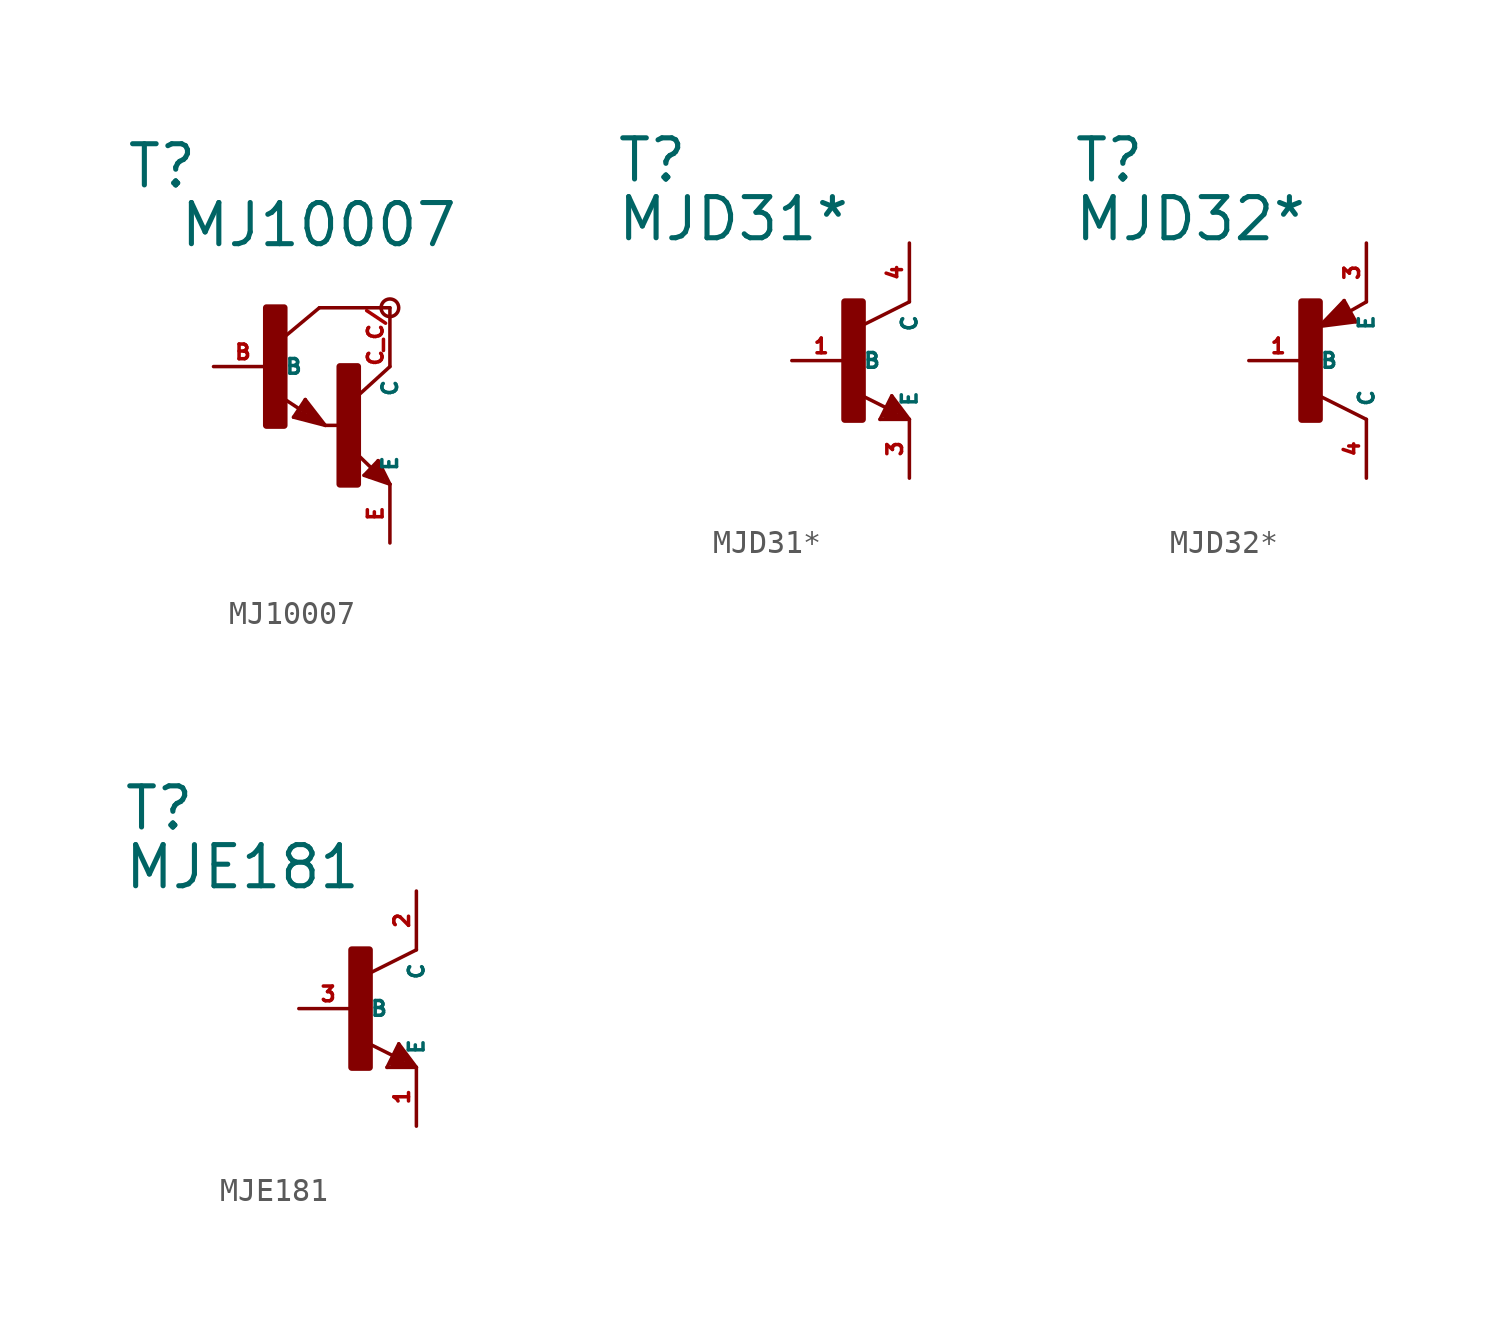
<source format=kicad_sym>
(kicad_symbol_lib
  (version 20220914)
  (generator Eagle2Kicad)
  (symbol "MJ10007"
    (property "Reference" "T"
      (at -6.35 7.62 0)
      (effects (font (size 1.778 1.778) (thickness 0.22)) (justify left bottom)))
    (property "Value" "MJ10007"
      (at -4.064 5.08 0)
      (effects (font (size 1.778 1.778) (thickness 0.22)) (justify left bottom)))
    (polyline
      (pts (xy 5.08 2.54) (xy 2.032 2.54))
      (stroke (width 0.152) (type default))
      (fill (type none)))
    (polyline
      (pts (xy 1.424 -1.424) (xy 2.286 -2.54))
      (stroke (width 0.152) (type default))
      (fill (type none)))
    (polyline
      (pts (xy 2.921 -2.54) (xy 2.286 -2.54))
      (stroke (width 0.152) (type default))
      (fill (type none)))
    (polyline
      (pts (xy 0.916 -2.186) (xy 1.424 -1.424))
      (stroke (width 0.152) (type default))
      (fill (type none)))
    (polyline
      (pts (xy 2.286 -2.54) (xy 0.916 -2.186))
      (stroke (width 0.152) (type default))
      (fill (type none)))
    (polyline
      (pts (xy 2.032 2.54) (xy 0.508 1.27))
      (stroke (width 0.152) (type default))
      (fill (type none)))
    (polyline
      (pts (xy 5.08 0) (xy 3.683 -1.27))
      (stroke (width 0.152) (type default))
      (fill (type none)))
    (polyline
      (pts (xy 5.08 -5.08) (xy 3.964 -4.699))
      (stroke (width 0.152) (type default))
      (fill (type none)))
    (polyline
      (pts (xy 4.572 -4.064) (xy 5.08 -5.08))
      (stroke (width 0.152) (type default))
      (fill (type none)))
    (polyline
      (pts (xy 3.964 -4.699) (xy 4.572 -4.064))
      (stroke (width 0.152) (type default))
      (fill (type none)))
    (polyline
      (pts (xy 1.186 -1.84) (xy 0.208 -1.197))
      (stroke (width 0.152) (type default))
      (fill (type none)))
    (polyline
      (pts (xy 4.28 -4.38) (xy 3.483 -3.61))
      (stroke (width 0.152) (type default))
      (fill (type none)))
    (polyline
      (pts (xy 2.159 -2.413) (xy 1.397 -1.524))
      (stroke (width 0.127) (type default))
      (fill (type none)))
    (polyline
      (pts (xy 1.397 -1.524) (xy 1.016 -2.159))
      (stroke (width 0.127) (type default))
      (fill (type none)))
    (polyline
      (pts (xy 1.016 -2.159) (xy 2.032 -2.413))
      (stroke (width 0.127) (type default))
      (fill (type none)))
    (polyline
      (pts (xy 2.032 -2.413) (xy 1.397 -1.651))
      (stroke (width 0.127) (type default))
      (fill (type none)))
    (polyline
      (pts (xy 1.397 -1.651) (xy 1.143 -2.032))
      (stroke (width 0.127) (type default))
      (fill (type none)))
    (polyline
      (pts (xy 1.143 -2.032) (xy 1.905 -2.286))
      (stroke (width 0.254) (type default))
      (fill (type none)))
    (polyline
      (pts (xy 1.905 -2.286) (xy 1.397 -1.778))
      (stroke (width 0.254) (type default))
      (fill (type none)))
    (polyline
      (pts (xy 1.397 -1.778) (xy 1.397 -1.905))
      (stroke (width 0.254) (type default))
      (fill (type none)))
    (polyline
      (pts (xy 4.953 -4.953) (xy 4.572 -4.191))
      (stroke (width 0.127) (type default))
      (fill (type none)))
    (polyline
      (pts (xy 4.572 -4.191) (xy 4.064 -4.699))
      (stroke (width 0.127) (type default))
      (fill (type none)))
    (polyline
      (pts (xy 4.064 -4.699) (xy 4.826 -4.953))
      (stroke (width 0.127) (type default))
      (fill (type none)))
    (polyline
      (pts (xy 4.826 -4.953) (xy 4.572 -4.318))
      (stroke (width 0.127) (type default))
      (fill (type none)))
    (polyline
      (pts (xy 4.572 -4.318) (xy 4.191 -4.699))
      (stroke (width 0.254) (type default))
      (fill (type none)))
    (polyline
      (pts (xy 4.191 -4.699) (xy 4.699 -4.826))
      (stroke (width 0.254) (type default))
      (fill (type none)))
    (polyline
      (pts (xy 4.699 -4.826) (xy 4.572 -4.572))
      (stroke (width 0.254) (type default))
      (fill (type none)))
    (polyline
      (pts (xy 4.572 -4.572) (xy 4.445 -4.572))
      (stroke (width 0.254) (type default))
      (fill (type none)))
    (circle
      (center 5.08 2.54)
      (radius 0.381)
      (stroke (width 0) (type default))
      (fill (type none)))
    (rectangle
      (start -0.254 -2.54)
      (end 0.508 2.54)
      (stroke (width 0.3) (type default))
      (fill (type outline)))
    (rectangle
      (start 2.921 -5.08)
      (end 3.683 0)
      (stroke (width 0.3) (type default))
      (fill (type outline)))
    (pin passive line
      (at -2.54 0 0)
      (length 2.54)
      (name "B" (effects (font (size 0.635 0.635) (thickness 0.08)) (justify left bottom)))
      (number "B" (effects (font (size 0.635 0.635) (thickness 0.08)) (justify left bottom))))
    (pin passive line
      (at 5.08 -7.62 90)
      (length 2.54)
      (name "E" (effects (font (size 0.635 0.635) (thickness 0.08)) (justify left bottom)))
      (number "E" (effects (font (size 0.635 0.635) (thickness 0.08)) (justify left bottom))))
    (pin passive line
      (at 5.08 2.54 270)
      (length 2.54)
      (name "C" (effects (font (size 0.635 0.635) (thickness 0.08)) (justify left bottom)))
      (number "C C/" (effects (font (size 0.635 0.635) (thickness 0.08)) (justify left bottom)))))
  (symbol "MJD31*"
    (property "Reference" "T"
      (at -10.16 7.62 0)
      (effects (font (size 1.778 1.778) (thickness 0.22)) (justify left bottom)))
    (property "Value" "MJD31*"
      (at -10.16 5.08 0)
      (effects (font (size 1.778 1.778) (thickness 0.22)) (justify left bottom)))
    (polyline
      (pts (xy 2.54 2.54) (xy 0.508 1.524))
      (stroke (width 0.152) (type default))
      (fill (type none)))
    (polyline
      (pts (xy 1.778 -1.524) (xy 2.54 -2.54))
      (stroke (width 0.152) (type default))
      (fill (type none)))
    (polyline
      (pts (xy 2.54 -2.54) (xy 1.27 -2.54))
      (stroke (width 0.152) (type default))
      (fill (type none)))
    (polyline
      (pts (xy 1.27 -2.54) (xy 1.778 -1.524))
      (stroke (width 0.152) (type default))
      (fill (type none)))
    (polyline
      (pts (xy 1.54 -2.04) (xy 0.308 -1.424))
      (stroke (width 0.152) (type default))
      (fill (type none)))
    (polyline
      (pts (xy 1.524 -2.413) (xy 2.286 -2.413))
      (stroke (width 0.254) (type default))
      (fill (type none)))
    (polyline
      (pts (xy 2.286 -2.413) (xy 1.778 -1.778))
      (stroke (width 0.254) (type default))
      (fill (type none)))
    (polyline
      (pts (xy 1.778 -1.778) (xy 1.524 -2.286))
      (stroke (width 0.254) (type default))
      (fill (type none)))
    (polyline
      (pts (xy 1.524 -2.286) (xy 1.905 -2.286))
      (stroke (width 0.254) (type default))
      (fill (type none)))
    (polyline
      (pts (xy 1.905 -2.286) (xy 1.778 -2.032))
      (stroke (width 0.254) (type default))
      (fill (type none)))
    (rectangle
      (start -0.254 -2.54)
      (end 0.508 2.54)
      (stroke (width 0.3) (type default))
      (fill (type outline)))
    (pin passive line
      (at -2.54 0 0)
      (length 2.54)
      (name "B" (effects (font (size 0.635 0.635) (thickness 0.08)) (justify left bottom)))
      (number "1" (effects (font (size 0.635 0.635) (thickness 0.08)) (justify left bottom))))
    (pin passive line
      (at 2.54 -5.08 90)
      (length 2.54)
      (name "E" (effects (font (size 0.635 0.635) (thickness 0.08)) (justify left bottom)))
      (number "3" (effects (font (size 0.635 0.635) (thickness 0.08)) (justify left bottom))))
    (pin passive line
      (at 2.54 5.08 270)
      (length 2.54)
      (name "C" (effects (font (size 0.635 0.635) (thickness 0.08)) (justify left bottom)))
      (number "4" (effects (font (size 0.635 0.635) (thickness 0.08)) (justify left bottom)))))
  (symbol "MJD32*"
    (property "Reference" "T"
      (at -10.16 7.62 0)
      (effects (font (size 1.778 1.778) (thickness 0.22)) (justify left bottom)))
    (property "Value" "MJD32*"
      (at -10.16 5.08 0)
      (effects (font (size 1.778 1.778) (thickness 0.22)) (justify left bottom)))
    (polyline
      (pts (xy 2.086 1.678) (xy 1.578 2.594))
      (stroke (width 0.152) (type default))
      (fill (type none)))
    (polyline
      (pts (xy 1.578 2.594) (xy 0.516 1.478))
      (stroke (width 0.152) (type default))
      (fill (type none)))
    (polyline
      (pts (xy 0.516 1.478) (xy 2.086 1.678))
      (stroke (width 0.152) (type default))
      (fill (type none)))
    (polyline
      (pts (xy 2.54 2.54) (xy 1.808 2.124))
      (stroke (width 0.152) (type default))
      (fill (type none)))
    (polyline
      (pts (xy 2.54 -2.54) (xy 0.508 -1.524))
      (stroke (width 0.152) (type default))
      (fill (type none)))
    (polyline
      (pts (xy 1.905 1.778) (xy 1.524 2.413))
      (stroke (width 0.254) (type default))
      (fill (type none)))
    (polyline
      (pts (xy 1.524 2.413) (xy 0.762 1.651))
      (stroke (width 0.254) (type default))
      (fill (type none)))
    (polyline
      (pts (xy 0.762 1.651) (xy 1.778 1.778))
      (stroke (width 0.254) (type default))
      (fill (type none)))
    (polyline
      (pts (xy 1.778 1.778) (xy 1.524 2.159))
      (stroke (width 0.254) (type default))
      (fill (type none)))
    (polyline
      (pts (xy 1.524 2.159) (xy 1.143 1.905))
      (stroke (width 0.254) (type default))
      (fill (type none)))
    (polyline
      (pts (xy 1.143 1.905) (xy 1.524 1.905))
      (stroke (width 0.254) (type default))
      (fill (type none)))
    (rectangle
      (start -0.254 -2.54)
      (end 0.508 2.54)
      (stroke (width 0.3) (type default))
      (fill (type outline)))
    (pin passive line
      (at -2.54 0 0)
      (length 2.54)
      (name "B" (effects (font (size 0.635 0.635) (thickness 0.08)) (justify left bottom)))
      (number "1" (effects (font (size 0.635 0.635) (thickness 0.08)) (justify left bottom))))
    (pin passive line
      (at 2.54 5.08 270)
      (length 2.54)
      (name "E" (effects (font (size 0.635 0.635) (thickness 0.08)) (justify left bottom)))
      (number "3" (effects (font (size 0.635 0.635) (thickness 0.08)) (justify left bottom))))
    (pin passive line
      (at 2.54 -5.08 90)
      (length 2.54)
      (name "C" (effects (font (size 0.635 0.635) (thickness 0.08)) (justify left bottom)))
      (number "4" (effects (font (size 0.635 0.635) (thickness 0.08)) (justify left bottom)))))
  (symbol "MJE181"
    (property "Reference" "T"
      (at -10.16 7.62 0)
      (effects (font (size 1.778 1.778) (thickness 0.22)) (justify left bottom)))
    (property "Value" "MJE181"
      (at -10.16 5.08 0)
      (effects (font (size 1.778 1.778) (thickness 0.22)) (justify left bottom)))
    (polyline
      (pts (xy 2.54 2.54) (xy 0.508 1.524))
      (stroke (width 0.152) (type default))
      (fill (type none)))
    (polyline
      (pts (xy 1.778 -1.524) (xy 2.54 -2.54))
      (stroke (width 0.152) (type default))
      (fill (type none)))
    (polyline
      (pts (xy 2.54 -2.54) (xy 1.27 -2.54))
      (stroke (width 0.152) (type default))
      (fill (type none)))
    (polyline
      (pts (xy 1.27 -2.54) (xy 1.778 -1.524))
      (stroke (width 0.152) (type default))
      (fill (type none)))
    (polyline
      (pts (xy 1.54 -2.04) (xy 0.308 -1.424))
      (stroke (width 0.152) (type default))
      (fill (type none)))
    (polyline
      (pts (xy 1.524 -2.413) (xy 2.286 -2.413))
      (stroke (width 0.254) (type default))
      (fill (type none)))
    (polyline
      (pts (xy 2.286 -2.413) (xy 1.778 -1.778))
      (stroke (width 0.254) (type default))
      (fill (type none)))
    (polyline
      (pts (xy 1.778 -1.778) (xy 1.524 -2.286))
      (stroke (width 0.254) (type default))
      (fill (type none)))
    (polyline
      (pts (xy 1.524 -2.286) (xy 1.905 -2.286))
      (stroke (width 0.254) (type default))
      (fill (type none)))
    (polyline
      (pts (xy 1.905 -2.286) (xy 1.778 -2.032))
      (stroke (width 0.254) (type default))
      (fill (type none)))
    (rectangle
      (start -0.254 -2.54)
      (end 0.508 2.54)
      (stroke (width 0.3) (type default))
      (fill (type outline)))
    (pin passive line
      (at -2.54 0 0)
      (length 2.54)
      (name "B" (effects (font (size 0.635 0.635) (thickness 0.08)) (justify left bottom)))
      (number "3" (effects (font (size 0.635 0.635) (thickness 0.08)) (justify left bottom))))
    (pin passive line
      (at 2.54 -5.08 90)
      (length 2.54)
      (name "E" (effects (font (size 0.635 0.635) (thickness 0.08)) (justify left bottom)))
      (number "1" (effects (font (size 0.635 0.635) (thickness 0.08)) (justify left bottom))))
    (pin passive line
      (at 2.54 5.08 270)
      (length 2.54)
      (name "C" (effects (font (size 0.635 0.635) (thickness 0.08)) (justify left bottom)))
      (number "2" (effects (font (size 0.635 0.635) (thickness 0.08)) (justify left bottom))))))
</source>
